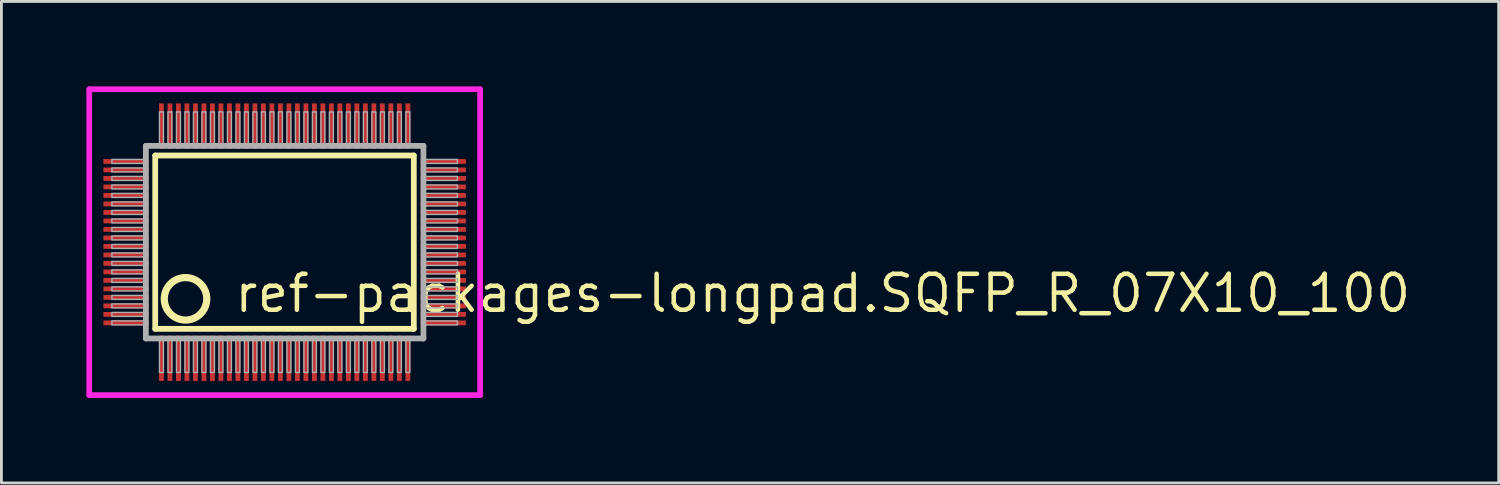
<source format=kicad_pcb>
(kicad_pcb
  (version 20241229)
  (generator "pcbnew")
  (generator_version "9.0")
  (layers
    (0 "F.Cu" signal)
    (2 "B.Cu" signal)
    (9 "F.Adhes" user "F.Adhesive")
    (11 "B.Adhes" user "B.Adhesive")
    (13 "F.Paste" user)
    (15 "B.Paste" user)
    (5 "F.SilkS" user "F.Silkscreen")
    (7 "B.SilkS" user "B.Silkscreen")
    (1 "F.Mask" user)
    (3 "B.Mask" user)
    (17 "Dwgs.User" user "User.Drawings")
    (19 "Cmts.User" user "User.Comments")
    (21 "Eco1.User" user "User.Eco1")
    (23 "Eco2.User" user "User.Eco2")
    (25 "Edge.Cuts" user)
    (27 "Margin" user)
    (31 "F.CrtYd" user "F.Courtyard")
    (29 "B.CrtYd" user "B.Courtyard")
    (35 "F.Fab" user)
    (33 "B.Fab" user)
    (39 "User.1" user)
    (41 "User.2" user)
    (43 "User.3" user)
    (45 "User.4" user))
  (footprint "ref-packages-longpad.SQFP_R_07X10_100"
    (layer "F.Cu")
    (at 7 5.5)
    (property "Reference" "ref-packages-longpad.SQFP_R_07X10_100" (at -1.85 2.55 0) (layer "F.SilkS") (effects (font (size 1.27 1.27) (thickness 0.16)) (justify left bottom)))
    (attr smd)
    (fp_line (start -4.57 -3.06) (end 4.56 -3.06) (stroke (width 0.203) (type default)) (layer "F.SilkS"))
    (fp_line (start -4.57 3.06) (end -4.57 -3.06) (stroke (width 0.203) (type default)) (layer "F.SilkS"))
    (fp_line (start 4.56 -3.06) (end 4.56 3.06) (stroke (width 0.203) (type default)) (layer "F.SilkS"))
    (fp_line (start 4.56 3.06) (end -4.57 3.06) (stroke (width 0.203) (type default)) (layer "F.SilkS"))
    (fp_circle (center -3.5 2) (end -2.75 2) (stroke (width 0.254) (type default)) (fill no) (layer "F.SilkS"))
    (fp_line (start -6.9 -5.4) (end 6.9 -5.4) (stroke (width 0.2) (type default)) (layer "F.CrtYd"))
    (fp_line (start -6.9 5.4) (end -6.9 -5.4) (stroke (width 0.2) (type default)) (layer "F.CrtYd"))
    (fp_line (start 6.9 -5.4) (end 6.9 5.4) (stroke (width 0.2) (type default)) (layer "F.CrtYd"))
    (fp_line (start 6.9 5.4) (end -6.9 5.4) (stroke (width 0.2) (type default)) (layer "F.CrtYd"))
    (fp_line (start -4.9 -3.4) (end -4.9 3.4) (stroke (width 0.203) (type default)) (layer "F.Fab"))
    (fp_line (start -4.9 3.4) (end 4.9 3.4) (stroke (width 0.203) (type default)) (layer "F.Fab"))
    (fp_line (start 4.9 -3.4) (end -4.9 -3.4) (stroke (width 0.203) (type default)) (layer "F.Fab"))
    (fp_line (start 4.9 3.4) (end 4.9 -3.4) (stroke (width 0.203) (type default)) (layer "F.Fab"))
    (fp_rect (start -6.1 -2.78) (end -4.95 -2.92) (stroke (width 0.05) (type default)) (fill no) (layer "F.Fab"))
    (fp_rect (start -6.1 -2.48) (end -4.95 -2.62) (stroke (width 0.05) (type default)) (fill no) (layer "F.Fab"))
    (fp_rect (start -6.1 -2.18) (end -4.95 -2.32) (stroke (width 0.05) (type default)) (fill no) (layer "F.Fab"))
    (fp_rect (start -6.1 -1.88) (end -4.95 -2.02) (stroke (width 0.05) (type default)) (fill no) (layer "F.Fab"))
    (fp_rect (start -6.1 -1.58) (end -4.95 -1.72) (stroke (width 0.05) (type default)) (fill no) (layer "F.Fab"))
    (fp_rect (start -6.1 -1.28) (end -4.95 -1.42) (stroke (width 0.05) (type default)) (fill no) (layer "F.Fab"))
    (fp_rect (start -6.1 -0.98) (end -4.95 -1.12) (stroke (width 0.05) (type default)) (fill no) (layer "F.Fab"))
    (fp_rect (start -6.1 -0.68) (end -4.95 -0.82) (stroke (width 0.05) (type default)) (fill no) (layer "F.Fab"))
    (fp_rect (start -6.1 -0.38) (end -4.95 -0.52) (stroke (width 0.05) (type default)) (fill no) (layer "F.Fab"))
    (fp_rect (start -6.1 -0.08) (end -4.95 -0.22) (stroke (width 0.05) (type default)) (fill no) (layer "F.Fab"))
    (fp_rect (start -6.1 0.22) (end -4.95 0.08) (stroke (width 0.05) (type default)) (fill no) (layer "F.Fab"))
    (fp_rect (start -6.1 0.52) (end -4.95 0.38) (stroke (width 0.05) (type default)) (fill no) (layer "F.Fab"))
    (fp_rect (start -6.1 0.82) (end -4.95 0.68) (stroke (width 0.05) (type default)) (fill no) (layer "F.Fab"))
    (fp_rect (start -6.1 1.12) (end -4.95 0.98) (stroke (width 0.05) (type default)) (fill no) (layer "F.Fab"))
    (fp_rect (start -6.1 1.42) (end -4.95 1.28) (stroke (width 0.05) (type default)) (fill no) (layer "F.Fab"))
    (fp_rect (start -6.1 1.72) (end -4.95 1.58) (stroke (width 0.05) (type default)) (fill no) (layer "F.Fab"))
    (fp_rect (start -6.1 2.02) (end -4.95 1.88) (stroke (width 0.05) (type default)) (fill no) (layer "F.Fab"))
    (fp_rect (start -6.1 2.32) (end -4.95 2.18) (stroke (width 0.05) (type default)) (fill no) (layer "F.Fab"))
    (fp_rect (start -6.1 2.62) (end -4.95 2.48) (stroke (width 0.05) (type default)) (fill no) (layer "F.Fab"))
    (fp_rect (start -6.1 2.92) (end -4.95 2.78) (stroke (width 0.05) (type default)) (fill no) (layer "F.Fab"))
    (fp_rect (start -4.42 -3.45) (end -4.28 -4.6) (stroke (width 0.05) (type default)) (fill no) (layer "F.Fab"))
    (fp_rect (start -4.42 4.6) (end -4.28 3.45) (stroke (width 0.05) (type default)) (fill no) (layer "F.Fab"))
    (fp_rect (start -4.12 -3.45) (end -3.98 -4.6) (stroke (width 0.05) (type default)) (fill no) (layer "F.Fab"))
    (fp_rect (start -4.12 4.6) (end -3.98 3.45) (stroke (width 0.05) (type default)) (fill no) (layer "F.Fab"))
    (fp_rect (start -3.82 -3.45) (end -3.68 -4.6) (stroke (width 0.05) (type default)) (fill no) (layer "F.Fab"))
    (fp_rect (start -3.82 4.6) (end -3.68 3.45) (stroke (width 0.05) (type default)) (fill no) (layer "F.Fab"))
    (fp_rect (start -3.52 -3.45) (end -3.38 -4.6) (stroke (width 0.05) (type default)) (fill no) (layer "F.Fab"))
    (fp_rect (start -3.52 4.6) (end -3.38 3.45) (stroke (width 0.05) (type default)) (fill no) (layer "F.Fab"))
    (fp_rect (start -3.22 -3.45) (end -3.08 -4.6) (stroke (width 0.05) (type default)) (fill no) (layer "F.Fab"))
    (fp_rect (start -3.22 4.6) (end -3.08 3.45) (stroke (width 0.05) (type default)) (fill no) (layer "F.Fab"))
    (fp_rect (start -2.92 -3.45) (end -2.78 -4.6) (stroke (width 0.05) (type default)) (fill no) (layer "F.Fab"))
    (fp_rect (start -2.92 4.6) (end -2.78 3.45) (stroke (width 0.05) (type default)) (fill no) (layer "F.Fab"))
    (fp_rect (start -2.62 -3.45) (end -2.48 -4.6) (stroke (width 0.05) (type default)) (fill no) (layer "F.Fab"))
    (fp_rect (start -2.62 4.6) (end -2.48 3.45) (stroke (width 0.05) (type default)) (fill no) (layer "F.Fab"))
    (fp_rect (start -2.32 -3.45) (end -2.18 -4.6) (stroke (width 0.05) (type default)) (fill no) (layer "F.Fab"))
    (fp_rect (start -2.32 4.6) (end -2.18 3.45) (stroke (width 0.05) (type default)) (fill no) (layer "F.Fab"))
    (fp_rect (start -2.02 -3.45) (end -1.88 -4.6) (stroke (width 0.05) (type default)) (fill no) (layer "F.Fab"))
    (fp_rect (start -2.02 4.6) (end -1.88 3.45) (stroke (width 0.05) (type default)) (fill no) (layer "F.Fab"))
    (fp_rect (start -1.72 -3.45) (end -1.58 -4.6) (stroke (width 0.05) (type default)) (fill no) (layer "F.Fab"))
    (fp_rect (start -1.72 4.6) (end -1.58 3.45) (stroke (width 0.05) (type default)) (fill no) (layer "F.Fab"))
    (fp_rect (start -1.42 -3.45) (end -1.28 -4.6) (stroke (width 0.05) (type default)) (fill no) (layer "F.Fab"))
    (fp_rect (start -1.42 4.6) (end -1.28 3.45) (stroke (width 0.05) (type default)) (fill no) (layer "F.Fab"))
    (fp_rect (start -1.12 -3.45) (end -0.98 -4.6) (stroke (width 0.05) (type default)) (fill no) (layer "F.Fab"))
    (fp_rect (start -1.12 4.6) (end -0.98 3.45) (stroke (width 0.05) (type default)) (fill no) (layer "F.Fab"))
    (fp_rect (start -0.82 -3.45) (end -0.68 -4.6) (stroke (width 0.05) (type default)) (fill no) (layer "F.Fab"))
    (fp_rect (start -0.82 4.6) (end -0.68 3.45) (stroke (width 0.05) (type default)) (fill no) (layer "F.Fab"))
    (fp_rect (start -0.52 -3.45) (end -0.38 -4.6) (stroke (width 0.05) (type default)) (fill no) (layer "F.Fab"))
    (fp_rect (start -0.52 4.6) (end -0.38 3.45) (stroke (width 0.05) (type default)) (fill no) (layer "F.Fab"))
    (fp_rect (start -0.22 -3.45) (end -0.08 -4.6) (stroke (width 0.05) (type default)) (fill no) (layer "F.Fab"))
    (fp_rect (start -0.22 4.6) (end -0.08 3.45) (stroke (width 0.05) (type default)) (fill no) (layer "F.Fab"))
    (fp_rect (start 0.08 -3.45) (end 0.22 -4.6) (stroke (width 0.05) (type default)) (fill no) (layer "F.Fab"))
    (fp_rect (start 0.08 4.6) (end 0.22 3.45) (stroke (width 0.05) (type default)) (fill no) (layer "F.Fab"))
    (fp_rect (start 0.38 -3.45) (end 0.52 -4.6) (stroke (width 0.05) (type default)) (fill no) (layer "F.Fab"))
    (fp_rect (start 0.38 4.6) (end 0.52 3.45) (stroke (width 0.05) (type default)) (fill no) (layer "F.Fab"))
    (fp_rect (start 0.68 -3.45) (end 0.82 -4.6) (stroke (width 0.05) (type default)) (fill no) (layer "F.Fab"))
    (fp_rect (start 0.68 4.6) (end 0.82 3.45) (stroke (width 0.05) (type default)) (fill no) (layer "F.Fab"))
    (fp_rect (start 0.98 -3.45) (end 1.12 -4.6) (stroke (width 0.05) (type default)) (fill no) (layer "F.Fab"))
    (fp_rect (start 0.98 4.6) (end 1.12 3.45) (stroke (width 0.05) (type default)) (fill no) (layer "F.Fab"))
    (fp_rect (start 1.28 -3.45) (end 1.42 -4.6) (stroke (width 0.05) (type default)) (fill no) (layer "F.Fab"))
    (fp_rect (start 1.28 4.6) (end 1.42 3.45) (stroke (width 0.05) (type default)) (fill no) (layer "F.Fab"))
    (fp_rect (start 1.58 -3.45) (end 1.72 -4.6) (stroke (width 0.05) (type default)) (fill no) (layer "F.Fab"))
    (fp_rect (start 1.58 4.6) (end 1.72 3.45) (stroke (width 0.05) (type default)) (fill no) (layer "F.Fab"))
    (fp_rect (start 1.88 -3.45) (end 2.02 -4.6) (stroke (width 0.05) (type default)) (fill no) (layer "F.Fab"))
    (fp_rect (start 1.88 4.6) (end 2.02 3.45) (stroke (width 0.05) (type default)) (fill no) (layer "F.Fab"))
    (fp_rect (start 2.18 -3.45) (end 2.32 -4.6) (stroke (width 0.05) (type default)) (fill no) (layer "F.Fab"))
    (fp_rect (start 2.18 4.6) (end 2.32 3.45) (stroke (width 0.05) (type default)) (fill no) (layer "F.Fab"))
    (fp_rect (start 2.48 -3.45) (end 2.62 -4.6) (stroke (width 0.05) (type default)) (fill no) (layer "F.Fab"))
    (fp_rect (start 2.48 4.6) (end 2.62 3.45) (stroke (width 0.05) (type default)) (fill no) (layer "F.Fab"))
    (fp_rect (start 2.78 -3.45) (end 2.92 -4.6) (stroke (width 0.05) (type default)) (fill no) (layer "F.Fab"))
    (fp_rect (start 2.78 4.6) (end 2.92 3.45) (stroke (width 0.05) (type default)) (fill no) (layer "F.Fab"))
    (fp_rect (start 3.08 -3.45) (end 3.22 -4.6) (stroke (width 0.05) (type default)) (fill no) (layer "F.Fab"))
    (fp_rect (start 3.08 4.6) (end 3.22 3.45) (stroke (width 0.05) (type default)) (fill no) (layer "F.Fab"))
    (fp_rect (start 3.38 -3.45) (end 3.52 -4.6) (stroke (width 0.05) (type default)) (fill no) (layer "F.Fab"))
    (fp_rect (start 3.38 4.6) (end 3.52 3.45) (stroke (width 0.05) (type default)) (fill no) (layer "F.Fab"))
    (fp_rect (start 3.68 -3.45) (end 3.82 -4.6) (stroke (width 0.05) (type default)) (fill no) (layer "F.Fab"))
    (fp_rect (start 3.68 4.6) (end 3.82 3.45) (stroke (width 0.05) (type default)) (fill no) (layer "F.Fab"))
    (fp_rect (start 3.98 -3.45) (end 4.12 -4.6) (stroke (width 0.05) (type default)) (fill no) (layer "F.Fab"))
    (fp_rect (start 3.98 4.6) (end 4.12 3.45) (stroke (width 0.05) (type default)) (fill no) (layer "F.Fab"))
    (fp_rect (start 4.28 -3.45) (end 4.42 -4.6) (stroke (width 0.05) (type default)) (fill no) (layer "F.Fab"))
    (fp_rect (start 4.28 4.6) (end 4.42 3.45) (stroke (width 0.05) (type default)) (fill no) (layer "F.Fab"))
    (fp_rect (start 4.95 -2.78) (end 6.1 -2.92) (stroke (width 0.05) (type default)) (fill no) (layer "F.Fab"))
    (fp_rect (start 4.95 -2.48) (end 6.1 -2.62) (stroke (width 0.05) (type default)) (fill no) (layer "F.Fab"))
    (fp_rect (start 4.95 -2.18) (end 6.1 -2.32) (stroke (width 0.05) (type default)) (fill no) (layer "F.Fab"))
    (fp_rect (start 4.95 -1.88) (end 6.1 -2.02) (stroke (width 0.05) (type default)) (fill no) (layer "F.Fab"))
    (fp_rect (start 4.95 -1.58) (end 6.1 -1.72) (stroke (width 0.05) (type default)) (fill no) (layer "F.Fab"))
    (fp_rect (start 4.95 -1.28) (end 6.1 -1.42) (stroke (width 0.05) (type default)) (fill no) (layer "F.Fab"))
    (fp_rect (start 4.95 -0.98) (end 6.1 -1.12) (stroke (width 0.05) (type default)) (fill no) (layer "F.Fab"))
    (fp_rect (start 4.95 -0.68) (end 6.1 -0.82) (stroke (width 0.05) (type default)) (fill no) (layer "F.Fab"))
    (fp_rect (start 4.95 -0.38) (end 6.1 -0.52) (stroke (width 0.05) (type default)) (fill no) (layer "F.Fab"))
    (fp_rect (start 4.95 -0.08) (end 6.1 -0.22) (stroke (width 0.05) (type default)) (fill no) (layer "F.Fab"))
    (fp_rect (start 4.95 0.22) (end 6.1 0.08) (stroke (width 0.05) (type default)) (fill no) (layer "F.Fab"))
    (fp_rect (start 4.95 0.52) (end 6.1 0.38) (stroke (width 0.05) (type default)) (fill no) (layer "F.Fab"))
    (fp_rect (start 4.95 0.82) (end 6.1 0.68) (stroke (width 0.05) (type default)) (fill no) (layer "F.Fab"))
    (fp_rect (start 4.95 1.12) (end 6.1 0.98) (stroke (width 0.05) (type default)) (fill no) (layer "F.Fab"))
    (fp_rect (start 4.95 1.42) (end 6.1 1.28) (stroke (width 0.05) (type default)) (fill no) (layer "F.Fab"))
    (fp_rect (start 4.95 1.72) (end 6.1 1.58) (stroke (width 0.05) (type default)) (fill no) (layer "F.Fab"))
    (fp_rect (start 4.95 2.02) (end 6.1 1.88) (stroke (width 0.05) (type default)) (fill no) (layer "F.Fab"))
    (fp_rect (start 4.95 2.32) (end 6.1 2.18) (stroke (width 0.05) (type default)) (fill no) (layer "F.Fab"))
    (fp_rect (start 4.95 2.62) (end 6.1 2.48) (stroke (width 0.05) (type default)) (fill no) (layer "F.Fab"))
    (fp_rect (start 4.95 2.92) (end 6.1 2.78) (stroke (width 0.05) (type default)) (fill no) (layer "F.Fab"))
    (pad "1" smd roundrect (at -4.35 4.1) (size 0.17 1.6) (layers "F.Cu" "F.Mask" "F.Paste") (roundrect_rratio 0.01))
    (pad "2" smd roundrect (at -4.05 4.1) (size 0.17 1.6) (layers "F.Cu" "F.Mask" "F.Paste") (roundrect_rratio 0.01))
    (pad "3" smd roundrect (at -3.75 4.1) (size 0.17 1.6) (layers "F.Cu" "F.Mask" "F.Paste") (roundrect_rratio 0.01))
    (pad "4" smd roundrect (at -3.45 4.1) (size 0.17 1.6) (layers "F.Cu" "F.Mask" "F.Paste") (roundrect_rratio 0.01))
    (pad "5" smd roundrect (at -3.15 4.1) (size 0.17 1.6) (layers "F.Cu" "F.Mask" "F.Paste") (roundrect_rratio 0.01))
    (pad "6" smd roundrect (at -2.85 4.1) (size 0.17 1.6) (layers "F.Cu" "F.Mask" "F.Paste") (roundrect_rratio 0.01))
    (pad "7" smd roundrect (at -2.55 4.1) (size 0.17 1.6) (layers "F.Cu" "F.Mask" "F.Paste") (roundrect_rratio 0.01))
    (pad "8" smd roundrect (at -2.25 4.1) (size 0.17 1.6) (layers "F.Cu" "F.Mask" "F.Paste") (roundrect_rratio 0.01))
    (pad "9" smd roundrect (at -1.95 4.1) (size 0.17 1.6) (layers "F.Cu" "F.Mask" "F.Paste") (roundrect_rratio 0.01))
    (pad "10" smd roundrect (at -1.65 4.1) (size 0.17 1.6) (layers "F.Cu" "F.Mask" "F.Paste") (roundrect_rratio 0.01))
    (pad "11" smd roundrect (at -1.35 4.1) (size 0.17 1.6) (layers "F.Cu" "F.Mask" "F.Paste") (roundrect_rratio 0.01))
    (pad "12" smd roundrect (at -1.05 4.1) (size 0.17 1.6) (layers "F.Cu" "F.Mask" "F.Paste") (roundrect_rratio 0.01))
    (pad "13" smd roundrect (at -0.75 4.1) (size 0.17 1.6) (layers "F.Cu" "F.Mask" "F.Paste") (roundrect_rratio 0.01))
    (pad "14" smd roundrect (at -0.45 4.1) (size 0.17 1.6) (layers "F.Cu" "F.Mask" "F.Paste") (roundrect_rratio 0.01))
    (pad "15" smd roundrect (at -0.15 4.1) (size 0.17 1.6) (layers "F.Cu" "F.Mask" "F.Paste") (roundrect_rratio 0.01))
    (pad "16" smd roundrect (at 0.15 4.1) (size 0.17 1.6) (layers "F.Cu" "F.Mask" "F.Paste") (roundrect_rratio 0.01))
    (pad "17" smd roundrect (at 0.45 4.1) (size 0.17 1.6) (layers "F.Cu" "F.Mask" "F.Paste") (roundrect_rratio 0.01))
    (pad "18" smd roundrect (at 0.75 4.1) (size 0.17 1.6) (layers "F.Cu" "F.Mask" "F.Paste") (roundrect_rratio 0.01))
    (pad "19" smd roundrect (at 1.05 4.1) (size 0.17 1.6) (layers "F.Cu" "F.Mask" "F.Paste") (roundrect_rratio 0.01))
    (pad "20" smd roundrect (at 1.35 4.1) (size 0.17 1.6) (layers "F.Cu" "F.Mask" "F.Paste") (roundrect_rratio 0.01))
    (pad "21" smd roundrect (at 1.65 4.1) (size 0.17 1.6) (layers "F.Cu" "F.Mask" "F.Paste") (roundrect_rratio 0.01))
    (pad "22" smd roundrect (at 1.95 4.1) (size 0.17 1.6) (layers "F.Cu" "F.Mask" "F.Paste") (roundrect_rratio 0.01))
    (pad "23" smd roundrect (at 2.25 4.1) (size 0.17 1.6) (layers "F.Cu" "F.Mask" "F.Paste") (roundrect_rratio 0.01))
    (pad "24" smd roundrect (at 2.55 4.1) (size 0.17 1.6) (layers "F.Cu" "F.Mask" "F.Paste") (roundrect_rratio 0.01))
    (pad "25" smd roundrect (at 2.85 4.1) (size 0.17 1.6) (layers "F.Cu" "F.Mask" "F.Paste") (roundrect_rratio 0.01))
    (pad "26" smd roundrect (at 3.15 4.1) (size 0.17 1.6) (layers "F.Cu" "F.Mask" "F.Paste") (roundrect_rratio 0.01))
    (pad "27" smd roundrect (at 3.45 4.1) (size 0.17 1.6) (layers "F.Cu" "F.Mask" "F.Paste") (roundrect_rratio 0.01))
    (pad "28" smd roundrect (at 3.75 4.1) (size 0.17 1.6) (layers "F.Cu" "F.Mask" "F.Paste") (roundrect_rratio 0.01))
    (pad "29" smd roundrect (at 4.05 4.1) (size 0.17 1.6) (layers "F.Cu" "F.Mask" "F.Paste") (roundrect_rratio 0.01))
    (pad "30" smd roundrect (at 4.35 4.1) (size 0.17 1.6) (layers "F.Cu" "F.Mask" "F.Paste") (roundrect_rratio 0.01))
    (pad "31" smd roundrect (at 5.6 2.85) (size 1.6 0.17) (layers "F.Cu" "F.Mask" "F.Paste") (roundrect_rratio 0.01))
    (pad "32" smd roundrect (at 5.6 2.55) (size 1.6 0.17) (layers "F.Cu" "F.Mask" "F.Paste") (roundrect_rratio 0.01))
    (pad "33" smd roundrect (at 5.6 2.25) (size 1.6 0.17) (layers "F.Cu" "F.Mask" "F.Paste") (roundrect_rratio 0.01))
    (pad "34" smd roundrect (at 5.6 1.95) (size 1.6 0.17) (layers "F.Cu" "F.Mask" "F.Paste") (roundrect_rratio 0.01))
    (pad "35" smd roundrect (at 5.6 1.65) (size 1.6 0.17) (layers "F.Cu" "F.Mask" "F.Paste") (roundrect_rratio 0.01))
    (pad "36" smd roundrect (at 5.6 1.35) (size 1.6 0.17) (layers "F.Cu" "F.Mask" "F.Paste") (roundrect_rratio 0.01))
    (pad "37" smd roundrect (at 5.6 1.05) (size 1.6 0.17) (layers "F.Cu" "F.Mask" "F.Paste") (roundrect_rratio 0.01))
    (pad "38" smd roundrect (at 5.6 0.75) (size 1.6 0.17) (layers "F.Cu" "F.Mask" "F.Paste") (roundrect_rratio 0.01))
    (pad "39" smd roundrect (at 5.6 0.45) (size 1.6 0.17) (layers "F.Cu" "F.Mask" "F.Paste") (roundrect_rratio 0.01))
    (pad "40" smd roundrect (at 5.6 0.15) (size 1.6 0.17) (layers "F.Cu" "F.Mask" "F.Paste") (roundrect_rratio 0.01))
    (pad "41" smd roundrect (at 5.6 -0.15) (size 1.6 0.17) (layers "F.Cu" "F.Mask" "F.Paste") (roundrect_rratio 0.01))
    (pad "42" smd roundrect (at 5.6 -0.45) (size 1.6 0.17) (layers "F.Cu" "F.Mask" "F.Paste") (roundrect_rratio 0.01))
    (pad "43" smd roundrect (at 5.6 -0.75) (size 1.6 0.17) (layers "F.Cu" "F.Mask" "F.Paste") (roundrect_rratio 0.01))
    (pad "44" smd roundrect (at 5.6 -1.05) (size 1.6 0.17) (layers "F.Cu" "F.Mask" "F.Paste") (roundrect_rratio 0.01))
    (pad "45" smd roundrect (at 5.6 -1.35) (size 1.6 0.17) (layers "F.Cu" "F.Mask" "F.Paste") (roundrect_rratio 0.01))
    (pad "46" smd roundrect (at 5.6 -1.65) (size 1.6 0.17) (layers "F.Cu" "F.Mask" "F.Paste") (roundrect_rratio 0.01))
    (pad "47" smd roundrect (at 5.6 -1.95) (size 1.6 0.17) (layers "F.Cu" "F.Mask" "F.Paste") (roundrect_rratio 0.01))
    (pad "48" smd roundrect (at 5.6 -2.25) (size 1.6 0.17) (layers "F.Cu" "F.Mask" "F.Paste") (roundrect_rratio 0.01))
    (pad "49" smd roundrect (at 5.6 -2.55) (size 1.6 0.17) (layers "F.Cu" "F.Mask" "F.Paste") (roundrect_rratio 0.01))
    (pad "50" smd roundrect (at 5.6 -2.85) (size 1.6 0.17) (layers "F.Cu" "F.Mask" "F.Paste") (roundrect_rratio 0.01))
    (pad "51" smd roundrect (at 4.35 -4.1) (size 0.17 1.6) (layers "F.Cu" "F.Mask" "F.Paste") (roundrect_rratio 0.01))
    (pad "52" smd roundrect (at 4.05 -4.1) (size 0.17 1.6) (layers "F.Cu" "F.Mask" "F.Paste") (roundrect_rratio 0.01))
    (pad "53" smd roundrect (at 3.75 -4.1) (size 0.17 1.6) (layers "F.Cu" "F.Mask" "F.Paste") (roundrect_rratio 0.01))
    (pad "54" smd roundrect (at 3.45 -4.1) (size 0.17 1.6) (layers "F.Cu" "F.Mask" "F.Paste") (roundrect_rratio 0.01))
    (pad "55" smd roundrect (at 3.15 -4.1) (size 0.17 1.6) (layers "F.Cu" "F.Mask" "F.Paste") (roundrect_rratio 0.01))
    (pad "56" smd roundrect (at 2.85 -4.1) (size 0.17 1.6) (layers "F.Cu" "F.Mask" "F.Paste") (roundrect_rratio 0.01))
    (pad "57" smd roundrect (at 2.55 -4.1) (size 0.17 1.6) (layers "F.Cu" "F.Mask" "F.Paste") (roundrect_rratio 0.01))
    (pad "58" smd roundrect (at 2.25 -4.1) (size 0.17 1.6) (layers "F.Cu" "F.Mask" "F.Paste") (roundrect_rratio 0.01))
    (pad "59" smd roundrect (at 1.95 -4.1) (size 0.17 1.6) (layers "F.Cu" "F.Mask" "F.Paste") (roundrect_rratio 0.01))
    (pad "60" smd roundrect (at 1.65 -4.1) (size 0.17 1.6) (layers "F.Cu" "F.Mask" "F.Paste") (roundrect_rratio 0.01))
    (pad "61" smd roundrect (at 1.35 -4.1) (size 0.17 1.6) (layers "F.Cu" "F.Mask" "F.Paste") (roundrect_rratio 0.01))
    (pad "62" smd roundrect (at 1.05 -4.1) (size 0.17 1.6) (layers "F.Cu" "F.Mask" "F.Paste") (roundrect_rratio 0.01))
    (pad "63" smd roundrect (at 0.75 -4.1) (size 0.17 1.6) (layers "F.Cu" "F.Mask" "F.Paste") (roundrect_rratio 0.01))
    (pad "64" smd roundrect (at 0.45 -4.1) (size 0.17 1.6) (layers "F.Cu" "F.Mask" "F.Paste") (roundrect_rratio 0.01))
    (pad "65" smd roundrect (at 0.15 -4.1) (size 0.17 1.6) (layers "F.Cu" "F.Mask" "F.Paste") (roundrect_rratio 0.01))
    (pad "66" smd roundrect (at -0.15 -4.1) (size 0.17 1.6) (layers "F.Cu" "F.Mask" "F.Paste") (roundrect_rratio 0.01))
    (pad "67" smd roundrect (at -0.45 -4.1) (size 0.17 1.6) (layers "F.Cu" "F.Mask" "F.Paste") (roundrect_rratio 0.01))
    (pad "68" smd roundrect (at -0.75 -4.1) (size 0.17 1.6) (layers "F.Cu" "F.Mask" "F.Paste") (roundrect_rratio 0.01))
    (pad "69" smd roundrect (at -1.05 -4.1) (size 0.17 1.6) (layers "F.Cu" "F.Mask" "F.Paste") (roundrect_rratio 0.01))
    (pad "70" smd roundrect (at -1.35 -4.1) (size 0.17 1.6) (layers "F.Cu" "F.Mask" "F.Paste") (roundrect_rratio 0.01))
    (pad "71" smd roundrect (at -1.65 -4.1) (size 0.17 1.6) (layers "F.Cu" "F.Mask" "F.Paste") (roundrect_rratio 0.01))
    (pad "72" smd roundrect (at -1.95 -4.1) (size 0.17 1.6) (layers "F.Cu" "F.Mask" "F.Paste") (roundrect_rratio 0.01))
    (pad "73" smd roundrect (at -2.25 -4.1) (size 0.17 1.6) (layers "F.Cu" "F.Mask" "F.Paste") (roundrect_rratio 0.01))
    (pad "74" smd roundrect (at -2.55 -4.1) (size 0.17 1.6) (layers "F.Cu" "F.Mask" "F.Paste") (roundrect_rratio 0.01))
    (pad "75" smd roundrect (at -2.85 -4.1) (size 0.17 1.6) (layers "F.Cu" "F.Mask" "F.Paste") (roundrect_rratio 0.01))
    (pad "76" smd roundrect (at -3.15 -4.1) (size 0.17 1.6) (layers "F.Cu" "F.Mask" "F.Paste") (roundrect_rratio 0.01))
    (pad "77" smd roundrect (at -3.45 -4.1) (size 0.17 1.6) (layers "F.Cu" "F.Mask" "F.Paste") (roundrect_rratio 0.01))
    (pad "78" smd roundrect (at -3.75 -4.1) (size 0.17 1.6) (layers "F.Cu" "F.Mask" "F.Paste") (roundrect_rratio 0.01))
    (pad "79" smd roundrect (at -4.05 -4.1) (size 0.17 1.6) (layers "F.Cu" "F.Mask" "F.Paste") (roundrect_rratio 0.01))
    (pad "80" smd roundrect (at -4.35 -4.1) (size 0.17 1.6) (layers "F.Cu" "F.Mask" "F.Paste") (roundrect_rratio 0.01))
    (pad "81" smd roundrect (at -5.6 -2.85) (size 1.6 0.17) (layers "F.Cu" "F.Mask" "F.Paste") (roundrect_rratio 0.01))
    (pad "82" smd roundrect (at -5.6 -2.55) (size 1.6 0.17) (layers "F.Cu" "F.Mask" "F.Paste") (roundrect_rratio 0.01))
    (pad "83" smd roundrect (at -5.6 -2.25) (size 1.6 0.17) (layers "F.Cu" "F.Mask" "F.Paste") (roundrect_rratio 0.01))
    (pad "84" smd roundrect (at -5.6 -1.95) (size 1.6 0.17) (layers "F.Cu" "F.Mask" "F.Paste") (roundrect_rratio 0.01))
    (pad "85" smd roundrect (at -5.6 -1.65) (size 1.6 0.17) (layers "F.Cu" "F.Mask" "F.Paste") (roundrect_rratio 0.01))
    (pad "86" smd roundrect (at -5.6 -1.35) (size 1.6 0.17) (layers "F.Cu" "F.Mask" "F.Paste") (roundrect_rratio 0.01))
    (pad "87" smd roundrect (at -5.6 -1.05) (size 1.6 0.17) (layers "F.Cu" "F.Mask" "F.Paste") (roundrect_rratio 0.01))
    (pad "88" smd roundrect (at -5.6 -0.75) (size 1.6 0.17) (layers "F.Cu" "F.Mask" "F.Paste") (roundrect_rratio 0.01))
    (pad "89" smd roundrect (at -5.6 -0.45) (size 1.6 0.17) (layers "F.Cu" "F.Mask" "F.Paste") (roundrect_rratio 0.01))
    (pad "90" smd roundrect (at -5.6 -0.15) (size 1.6 0.17) (layers "F.Cu" "F.Mask" "F.Paste") (roundrect_rratio 0.01))
    (pad "91" smd roundrect (at -5.6 0.15) (size 1.6 0.17) (layers "F.Cu" "F.Mask" "F.Paste") (roundrect_rratio 0.01))
    (pad "92" smd roundrect (at -5.6 0.45) (size 1.6 0.17) (layers "F.Cu" "F.Mask" "F.Paste") (roundrect_rratio 0.01))
    (pad "93" smd roundrect (at -5.6 0.75) (size 1.6 0.17) (layers "F.Cu" "F.Mask" "F.Paste") (roundrect_rratio 0.01))
    (pad "94" smd roundrect (at -5.6 1.05) (size 1.6 0.17) (layers "F.Cu" "F.Mask" "F.Paste") (roundrect_rratio 0.01))
    (pad "95" smd roundrect (at -5.6 1.35) (size 1.6 0.17) (layers "F.Cu" "F.Mask" "F.Paste") (roundrect_rratio 0.01))
    (pad "96" smd roundrect (at -5.6 1.65) (size 1.6 0.17) (layers "F.Cu" "F.Mask" "F.Paste") (roundrect_rratio 0.01))
    (pad "97" smd roundrect (at -5.6 1.95) (size 1.6 0.17) (layers "F.Cu" "F.Mask" "F.Paste") (roundrect_rratio 0.01))
    (pad "98" smd roundrect (at -5.6 2.25) (size 1.6 0.17) (layers "F.Cu" "F.Mask" "F.Paste") (roundrect_rratio 0.01))
    (pad "99" smd roundrect (at -5.6 2.55) (size 1.6 0.17) (layers "F.Cu" "F.Mask" "F.Paste") (roundrect_rratio 0.01))
    (pad "100" smd roundrect (at -5.6 2.85) (size 1.6 0.17) (layers "F.Cu" "F.Mask" "F.Paste") (roundrect_rratio 0.01)))
  (gr_rect
    (start -3 -3)
    (end 49.863 14)
    (stroke (width 0.1) (type default))
    (fill no)
    (layer "Edge.Cuts")))
</source>
